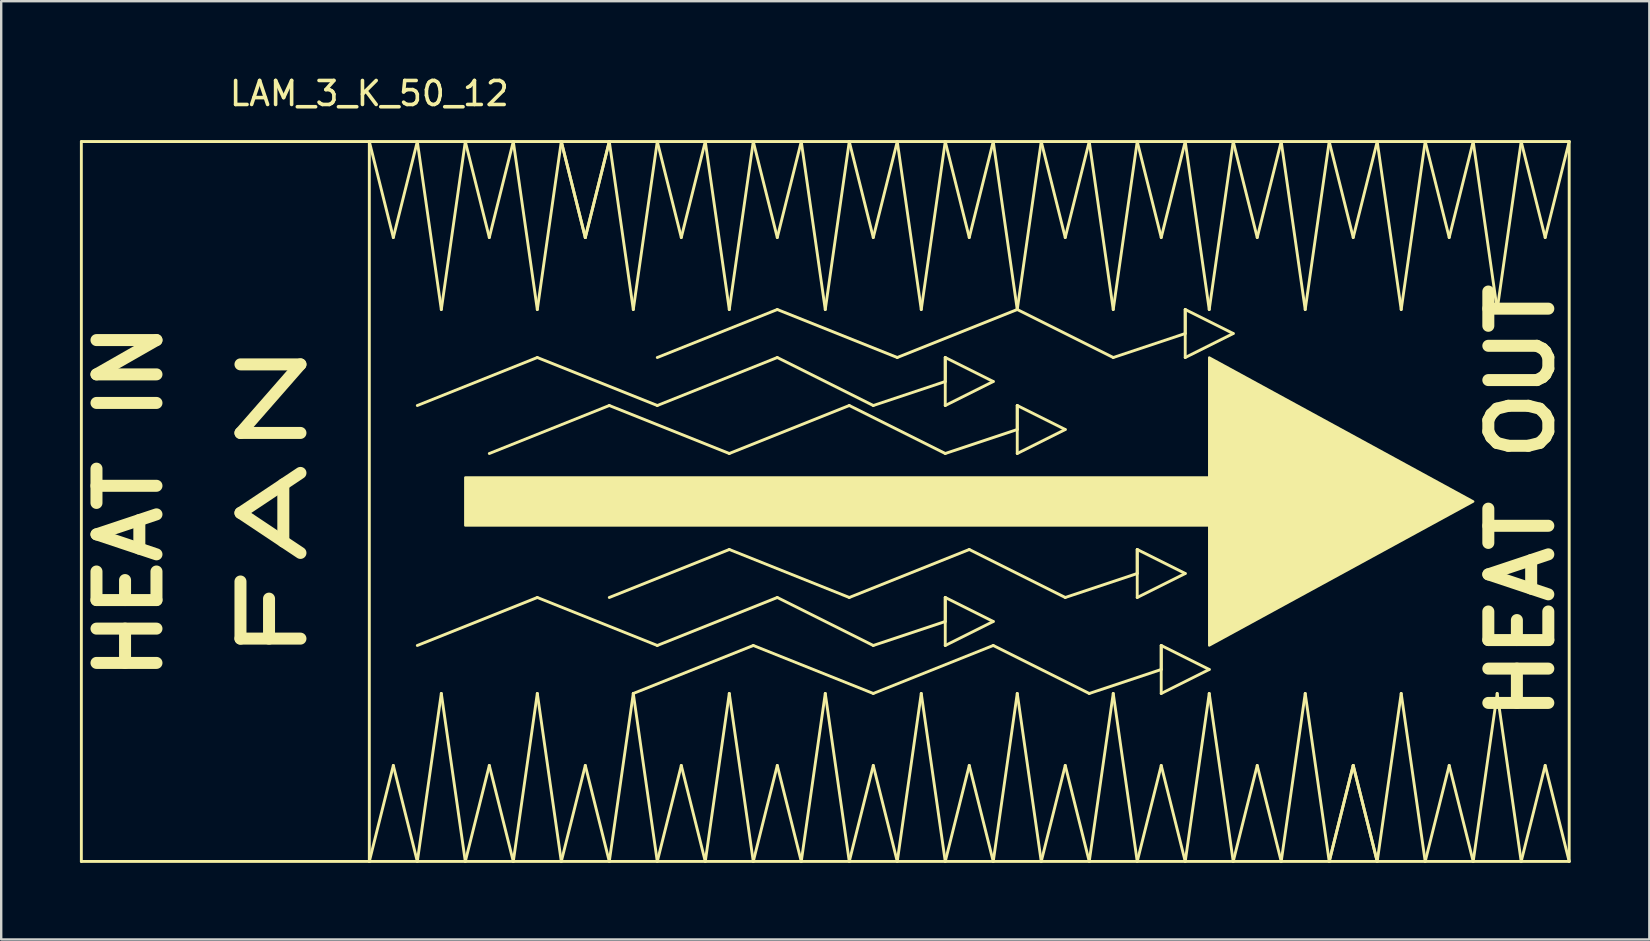
<source format=kicad_pcb>
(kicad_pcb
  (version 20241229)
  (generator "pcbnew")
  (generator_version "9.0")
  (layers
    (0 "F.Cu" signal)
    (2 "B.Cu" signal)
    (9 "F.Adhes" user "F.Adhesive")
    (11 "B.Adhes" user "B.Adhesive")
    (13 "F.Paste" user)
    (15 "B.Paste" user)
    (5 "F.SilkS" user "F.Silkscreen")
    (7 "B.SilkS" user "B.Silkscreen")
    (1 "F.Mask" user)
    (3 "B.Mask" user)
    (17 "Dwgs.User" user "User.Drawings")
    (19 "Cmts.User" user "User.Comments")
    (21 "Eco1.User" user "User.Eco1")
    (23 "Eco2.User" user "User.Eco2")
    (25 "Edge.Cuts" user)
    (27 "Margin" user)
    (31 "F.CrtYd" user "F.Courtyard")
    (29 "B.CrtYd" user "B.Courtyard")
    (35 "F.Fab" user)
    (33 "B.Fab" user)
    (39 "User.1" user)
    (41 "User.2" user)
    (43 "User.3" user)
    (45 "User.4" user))
  (footprint "LAM_3_K_50_12"
    (layer "F.Cu")
    (at 12.34 32.848)
    (property "Reference" "LAM_3_K_50_12" (at 0 -32 0) (layer "F.SilkS") (effects (font (size 1 1) (thickness 0.15))))
    (attr through_hole)
    (fp_line (start -12 -30) (end 0 -30) (stroke (width 0.12) (type solid)) (layer "F.SilkS"))
    (fp_line (start -12 0) (end -12 -30) (stroke (width 0.12) (type solid)) (layer "F.SilkS"))
    (fp_line (start 0 -30) (end 0 0) (stroke (width 0.12) (type solid)) (layer "F.SilkS"))
    (fp_line (start 0 -30) (end 1 -26) (stroke (width 0.12) (type solid)) (layer "F.SilkS"))
    (fp_line (start 0 0) (end -12 0) (stroke (width 0.12) (type solid)) (layer "F.SilkS"))
    (fp_line (start 0 0) (end 50 0) (stroke (width 0.12) (type solid)) (layer "F.SilkS"))
    (fp_line (start 1 -26) (end 2 -30) (stroke (width 0.12) (type solid)) (layer "F.SilkS"))
    (fp_line (start 1 -4) (end 0 0) (stroke (width 0.12) (type solid)) (layer "F.SilkS"))
    (fp_line (start 2 -30) (end 3 -23) (stroke (width 0.12) (type solid)) (layer "F.SilkS"))
    (fp_line (start 2 -19) (end 7 -21) (stroke (width 0.12) (type solid)) (layer "F.SilkS"))
    (fp_line (start 2 -9) (end 7 -11) (stroke (width 0.12) (type solid)) (layer "F.SilkS"))
    (fp_line (start 2 0) (end 1 -4) (stroke (width 0.12) (type solid)) (layer "F.SilkS"))
    (fp_line (start 3 -23) (end 4 -30) (stroke (width 0.12) (type solid)) (layer "F.SilkS"))
    (fp_line (start 3 -7) (end 2 0) (stroke (width 0.12) (type solid)) (layer "F.SilkS"))
    (fp_line (start 4 -30) (end 5 -26) (stroke (width 0.12) (type solid)) (layer "F.SilkS"))
    (fp_line (start 4 0) (end 3 -7) (stroke (width 0.12) (type solid)) (layer "F.SilkS"))
    (fp_line (start 5 -26) (end 6 -30) (stroke (width 0.12) (type solid)) (layer "F.SilkS"))
    (fp_line (start 5 -17) (end 10 -19) (stroke (width 0.12) (type solid)) (layer "F.SilkS"))
    (fp_line (start 5 -4) (end 4 0) (stroke (width 0.12) (type solid)) (layer "F.SilkS"))
    (fp_line (start 6 -30) (end 7 -23) (stroke (width 0.12) (type solid)) (layer "F.SilkS"))
    (fp_line (start 6 0) (end 5 -4) (stroke (width 0.12) (type solid)) (layer "F.SilkS"))
    (fp_line (start 7 -23) (end 8 -30) (stroke (width 0.12) (type solid)) (layer "F.SilkS"))
    (fp_line (start 7 -21) (end 12 -19) (stroke (width 0.12) (type solid)) (layer "F.SilkS"))
    (fp_line (start 7 -11) (end 12 -9) (stroke (width 0.12) (type solid)) (layer "F.SilkS"))
    (fp_line (start 7 -7) (end 6 0) (stroke (width 0.12) (type solid)) (layer "F.SilkS"))
    (fp_line (start 8 -30) (end 9 -26) (stroke (width 0.12) (type solid)) (layer "F.SilkS"))
    (fp_line (start 8 -30) (end 9 -26) (stroke (width 0.12) (type solid)) (layer "F.SilkS"))
    (fp_line (start 8 0) (end 7 -7) (stroke (width 0.12) (type solid)) (layer "F.SilkS"))
    (fp_line (start 9 -26) (end 10 -30) (stroke (width 0.12) (type solid)) (layer "F.SilkS"))
    (fp_line (start 9 -26) (end 10 -30) (stroke (width 0.12) (type solid)) (layer "F.SilkS"))
    (fp_line (start 9 -4) (end 8 0) (stroke (width 0.12) (type solid)) (layer "F.SilkS"))
    (fp_line (start 10 -30) (end 11 -23) (stroke (width 0.12) (type solid)) (layer "F.SilkS"))
    (fp_line (start 10 -19) (end 15 -17) (stroke (width 0.12) (type solid)) (layer "F.SilkS"))
    (fp_line (start 10 -11) (end 15 -13) (stroke (width 0.12) (type solid)) (layer "F.SilkS"))
    (fp_line (start 10 0) (end 9 -4) (stroke (width 0.12) (type solid)) (layer "F.SilkS"))
    (fp_line (start 11 -23) (end 12 -30) (stroke (width 0.12) (type solid)) (layer "F.SilkS"))
    (fp_line (start 11 -7) (end 10 0) (stroke (width 0.12) (type solid)) (layer "F.SilkS"))
    (fp_line (start 11 -7) (end 16 -9) (stroke (width 0.12) (type solid)) (layer "F.SilkS"))
    (fp_line (start 12 -30) (end 13 -26) (stroke (width 0.12) (type solid)) (layer "F.SilkS"))
    (fp_line (start 12 -21) (end 17 -23) (stroke (width 0.12) (type solid)) (layer "F.SilkS"))
    (fp_line (start 12 -19) (end 17 -21) (stroke (width 0.12) (type solid)) (layer "F.SilkS"))
    (fp_line (start 12 -9) (end 17 -11) (stroke (width 0.12) (type solid)) (layer "F.SilkS"))
    (fp_line (start 12 0) (end 11 -7) (stroke (width 0.12) (type solid)) (layer "F.SilkS"))
    (fp_line (start 13 -26) (end 14 -30) (stroke (width 0.12) (type solid)) (layer "F.SilkS"))
    (fp_line (start 13 -4) (end 12 0) (stroke (width 0.12) (type solid)) (layer "F.SilkS"))
    (fp_line (start 14 -30) (end 15 -23) (stroke (width 0.12) (type solid)) (layer "F.SilkS"))
    (fp_line (start 14 0) (end 13 -4) (stroke (width 0.12) (type solid)) (layer "F.SilkS"))
    (fp_line (start 15 -23) (end 16 -30) (stroke (width 0.12) (type solid)) (layer "F.SilkS"))
    (fp_line (start 15 -17) (end 20 -19) (stroke (width 0.12) (type solid)) (layer "F.SilkS"))
    (fp_line (start 15 -13) (end 20 -11) (stroke (width 0.12) (type solid)) (layer "F.SilkS"))
    (fp_line (start 15 -7) (end 14 0) (stroke (width 0.12) (type solid)) (layer "F.SilkS"))
    (fp_line (start 16 -30) (end 17 -26) (stroke (width 0.12) (type solid)) (layer "F.SilkS"))
    (fp_line (start 16 -9) (end 21 -7) (stroke (width 0.12) (type solid)) (layer "F.SilkS"))
    (fp_line (start 16 0) (end 15 -7) (stroke (width 0.12) (type solid)) (layer "F.SilkS"))
    (fp_line (start 17 -26) (end 18 -30) (stroke (width 0.12) (type solid)) (layer "F.SilkS"))
    (fp_line (start 17 -23) (end 22 -21) (stroke (width 0.12) (type solid)) (layer "F.SilkS"))
    (fp_line (start 17 -21) (end 21 -19) (stroke (width 0.12) (type solid)) (layer "F.SilkS"))
    (fp_line (start 17 -11) (end 21 -9) (stroke (width 0.12) (type solid)) (layer "F.SilkS"))
    (fp_line (start 17 -4) (end 16 0) (stroke (width 0.12) (type solid)) (layer "F.SilkS"))
    (fp_line (start 18 -30) (end 19 -23) (stroke (width 0.12) (type solid)) (layer "F.SilkS"))
    (fp_line (start 18 0) (end 17 -4) (stroke (width 0.12) (type solid)) (layer "F.SilkS"))
    (fp_line (start 19 -23) (end 20 -30) (stroke (width 0.12) (type solid)) (layer "F.SilkS"))
    (fp_line (start 19 -7) (end 18 0) (stroke (width 0.12) (type solid)) (layer "F.SilkS"))
    (fp_line (start 20 -30) (end 21 -26) (stroke (width 0.12) (type solid)) (layer "F.SilkS"))
    (fp_line (start 20 -19) (end 24 -17) (stroke (width 0.12) (type solid)) (layer "F.SilkS"))
    (fp_line (start 20 -11) (end 25 -13) (stroke (width 0.12) (type solid)) (layer "F.SilkS"))
    (fp_line (start 20 0) (end 19 -7) (stroke (width 0.12) (type solid)) (layer "F.SilkS"))
    (fp_line (start 21 -26) (end 22 -30) (stroke (width 0.12) (type solid)) (layer "F.SilkS"))
    (fp_line (start 21 -19) (end 24 -20) (stroke (width 0.12) (type solid)) (layer "F.SilkS"))
    (fp_line (start 21 -9) (end 24 -10) (stroke (width 0.12) (type solid)) (layer "F.SilkS"))
    (fp_line (start 21 -7) (end 26 -9) (stroke (width 0.12) (type solid)) (layer "F.SilkS"))
    (fp_line (start 21 -4) (end 20 0) (stroke (width 0.12) (type solid)) (layer "F.SilkS"))
    (fp_line (start 22 -30) (end 23 -23) (stroke (width 0.12) (type solid)) (layer "F.SilkS"))
    (fp_line (start 22 -21) (end 27 -23) (stroke (width 0.12) (type solid)) (layer "F.SilkS"))
    (fp_line (start 22 0) (end 21 -4) (stroke (width 0.12) (type solid)) (layer "F.SilkS"))
    (fp_line (start 23 -23) (end 24 -30) (stroke (width 0.12) (type solid)) (layer "F.SilkS"))
    (fp_line (start 23 -7) (end 22 0) (stroke (width 0.12) (type solid)) (layer "F.SilkS"))
    (fp_line (start 24 -30) (end 25 -26) (stroke (width 0.12) (type solid)) (layer "F.SilkS"))
    (fp_line (start 24 -21) (end 24 -19) (stroke (width 0.12) (type solid)) (layer "F.SilkS"))
    (fp_line (start 24 -20) (end 24 -21) (stroke (width 0.12) (type solid)) (layer "F.SilkS"))
    (fp_line (start 24 -19) (end 26 -20) (stroke (width 0.12) (type solid)) (layer "F.SilkS"))
    (fp_line (start 24 -17) (end 27 -18) (stroke (width 0.12) (type solid)) (layer "F.SilkS"))
    (fp_line (start 24 -11) (end 24 -9) (stroke (width 0.12) (type solid)) (layer "F.SilkS"))
    (fp_line (start 24 -10) (end 24 -11) (stroke (width 0.12) (type solid)) (layer "F.SilkS"))
    (fp_line (start 24 -9) (end 26 -10) (stroke (width 0.12) (type solid)) (layer "F.SilkS"))
    (fp_line (start 24 0) (end 23 -7) (stroke (width 0.12) (type solid)) (layer "F.SilkS"))
    (fp_line (start 25 -26) (end 26 -30) (stroke (width 0.12) (type solid)) (layer "F.SilkS"))
    (fp_line (start 25 -13) (end 29 -11) (stroke (width 0.12) (type solid)) (layer "F.SilkS"))
    (fp_line (start 25 -4) (end 24 0) (stroke (width 0.12) (type solid)) (layer "F.SilkS"))
    (fp_line (start 26 -30) (end 27 -23) (stroke (width 0.12) (type solid)) (layer "F.SilkS"))
    (fp_line (start 26 -20) (end 24 -21) (stroke (width 0.12) (type solid)) (layer "F.SilkS"))
    (fp_line (start 26 -10) (end 24 -11) (stroke (width 0.12) (type solid)) (layer "F.SilkS"))
    (fp_line (start 26 -9) (end 30 -7) (stroke (width 0.12) (type solid)) (layer "F.SilkS"))
    (fp_line (start 26 0) (end 25 -4) (stroke (width 0.12) (type solid)) (layer "F.SilkS"))
    (fp_line (start 27 -23) (end 28 -30) (stroke (width 0.12) (type solid)) (layer "F.SilkS"))
    (fp_line (start 27 -23) (end 31 -21) (stroke (width 0.12) (type solid)) (layer "F.SilkS"))
    (fp_line (start 27 -19) (end 27 -17) (stroke (width 0.12) (type solid)) (layer "F.SilkS"))
    (fp_line (start 27 -18) (end 27 -19) (stroke (width 0.12) (type solid)) (layer "F.SilkS"))
    (fp_line (start 27 -17) (end 29 -18) (stroke (width 0.12) (type solid)) (layer "F.SilkS"))
    (fp_line (start 27 -7) (end 26 0) (stroke (width 0.12) (type solid)) (layer "F.SilkS"))
    (fp_line (start 28 -30) (end 29 -26) (stroke (width 0.12) (type solid)) (layer "F.SilkS"))
    (fp_line (start 28 0) (end 27 -7) (stroke (width 0.12) (type solid)) (layer "F.SilkS"))
    (fp_line (start 29 -26) (end 30 -30) (stroke (width 0.12) (type solid)) (layer "F.SilkS"))
    (fp_line (start 29 -18) (end 27 -19) (stroke (width 0.12) (type solid)) (layer "F.SilkS"))
    (fp_line (start 29 -11) (end 32 -12) (stroke (width 0.12) (type solid)) (layer "F.SilkS"))
    (fp_line (start 29 -4) (end 28 0) (stroke (width 0.12) (type solid)) (layer "F.SilkS"))
    (fp_line (start 30 -30) (end 31 -23) (stroke (width 0.12) (type solid)) (layer "F.SilkS"))
    (fp_line (start 30 -7) (end 33 -8) (stroke (width 0.12) (type solid)) (layer "F.SilkS"))
    (fp_line (start 30 0) (end 29 -4) (stroke (width 0.12) (type solid)) (layer "F.SilkS"))
    (fp_line (start 31 -23) (end 32 -30) (stroke (width 0.12) (type solid)) (layer "F.SilkS"))
    (fp_line (start 31 -21) (end 34 -22) (stroke (width 0.12) (type solid)) (layer "F.SilkS"))
    (fp_line (start 31 -7) (end 30 0) (stroke (width 0.12) (type solid)) (layer "F.SilkS"))
    (fp_line (start 32 -30) (end 33 -26) (stroke (width 0.12) (type solid)) (layer "F.SilkS"))
    (fp_line (start 32 -13) (end 32 -11) (stroke (width 0.12) (type solid)) (layer "F.SilkS"))
    (fp_line (start 32 -12) (end 32 -13) (stroke (width 0.12) (type solid)) (layer "F.SilkS"))
    (fp_line (start 32 -11) (end 34 -12) (stroke (width 0.12) (type solid)) (layer "F.SilkS"))
    (fp_line (start 32 0) (end 31 -7) (stroke (width 0.12) (type solid)) (layer "F.SilkS"))
    (fp_line (start 33 -26) (end 34 -30) (stroke (width 0.12) (type solid)) (layer "F.SilkS"))
    (fp_line (start 33 -9) (end 33 -7) (stroke (width 0.12) (type solid)) (layer "F.SilkS"))
    (fp_line (start 33 -8) (end 33 -9) (stroke (width 0.12) (type solid)) (layer "F.SilkS"))
    (fp_line (start 33 -7) (end 35 -8) (stroke (width 0.12) (type solid)) (layer "F.SilkS"))
    (fp_line (start 33 -4) (end 32 0) (stroke (width 0.12) (type solid)) (layer "F.SilkS"))
    (fp_line (start 34 -30) (end 35 -23) (stroke (width 0.12) (type solid)) (layer "F.SilkS"))
    (fp_line (start 34 -23) (end 34 -21) (stroke (width 0.12) (type solid)) (layer "F.SilkS"))
    (fp_line (start 34 -22) (end 34 -23) (stroke (width 0.12) (type solid)) (layer "F.SilkS"))
    (fp_line (start 34 -21) (end 36 -22) (stroke (width 0.12) (type solid)) (layer "F.SilkS"))
    (fp_line (start 34 -12) (end 32 -13) (stroke (width 0.12) (type solid)) (layer "F.SilkS"))
    (fp_line (start 34 0) (end 33 -4) (stroke (width 0.12) (type solid)) (layer "F.SilkS"))
    (fp_line (start 35 -23) (end 36 -30) (stroke (width 0.12) (type solid)) (layer "F.SilkS"))
    (fp_line (start 35 -8) (end 33 -9) (stroke (width 0.12) (type solid)) (layer "F.SilkS"))
    (fp_line (start 35 -7) (end 34 0) (stroke (width 0.12) (type solid)) (layer "F.SilkS"))
    (fp_line (start 36 -30) (end 37 -26) (stroke (width 0.12) (type solid)) (layer "F.SilkS"))
    (fp_line (start 36 -22) (end 34 -23) (stroke (width 0.12) (type solid)) (layer "F.SilkS"))
    (fp_line (start 36 0) (end 35 -7) (stroke (width 0.12) (type solid)) (layer "F.SilkS"))
    (fp_line (start 37 -26) (end 38 -30) (stroke (width 0.12) (type solid)) (layer "F.SilkS"))
    (fp_line (start 37 -4) (end 36 0) (stroke (width 0.12) (type solid)) (layer "F.SilkS"))
    (fp_line (start 38 -30) (end 39 -23) (stroke (width 0.12) (type solid)) (layer "F.SilkS"))
    (fp_line (start 38 0) (end 37 -4) (stroke (width 0.12) (type solid)) (layer "F.SilkS"))
    (fp_line (start 39 -23) (end 40 -30) (stroke (width 0.12) (type solid)) (layer "F.SilkS"))
    (fp_line (start 39 -7) (end 38 0) (stroke (width 0.12) (type solid)) (layer "F.SilkS"))
    (fp_line (start 40 -30) (end 41 -26) (stroke (width 0.12) (type solid)) (layer "F.SilkS"))
    (fp_line (start 40 0) (end 39 -7) (stroke (width 0.12) (type solid)) (layer "F.SilkS"))
    (fp_line (start 41 -26) (end 42 -30) (stroke (width 0.12) (type solid)) (layer "F.SilkS"))
    (fp_line (start 41 -4) (end 40 0) (stroke (width 0.12) (type solid)) (layer "F.SilkS"))
    (fp_line (start 41 -4) (end 40 0) (stroke (width 0.12) (type solid)) (layer "F.SilkS"))
    (fp_line (start 42 -30) (end 43 -23) (stroke (width 0.12) (type solid)) (layer "F.SilkS"))
    (fp_line (start 42 0) (end 41 -4) (stroke (width 0.12) (type solid)) (layer "F.SilkS"))
    (fp_line (start 42 0) (end 41 -4) (stroke (width 0.12) (type solid)) (layer "F.SilkS"))
    (fp_line (start 43 -23) (end 44 -30) (stroke (width 0.12) (type solid)) (layer "F.SilkS"))
    (fp_line (start 43 -7) (end 42 0) (stroke (width 0.12) (type solid)) (layer "F.SilkS"))
    (fp_line (start 44 -30) (end 45 -26) (stroke (width 0.12) (type solid)) (layer "F.SilkS"))
    (fp_line (start 44 0) (end 43 -7) (stroke (width 0.12) (type solid)) (layer "F.SilkS"))
    (fp_line (start 45 -26) (end 46 -30) (stroke (width 0.12) (type solid)) (layer "F.SilkS"))
    (fp_line (start 45 -4) (end 44 0) (stroke (width 0.12) (type solid)) (layer "F.SilkS"))
    (fp_line (start 46 -30) (end 47 -23) (stroke (width 0.12) (type solid)) (layer "F.SilkS"))
    (fp_line (start 46 0) (end 45 -4) (stroke (width 0.12) (type solid)) (layer "F.SilkS"))
    (fp_line (start 47 -23) (end 48 -30) (stroke (width 0.12) (type solid)) (layer "F.SilkS"))
    (fp_line (start 47 -7) (end 46 0) (stroke (width 0.12) (type solid)) (layer "F.SilkS"))
    (fp_line (start 48 -30) (end 49 -26) (stroke (width 0.12) (type solid)) (layer "F.SilkS"))
    (fp_line (start 48 0) (end 47 -7) (stroke (width 0.12) (type solid)) (layer "F.SilkS"))
    (fp_line (start 49 -26) (end 50 -30) (stroke (width 0.12) (type solid)) (layer "F.SilkS"))
    (fp_line (start 49 -4) (end 48 0) (stroke (width 0.12) (type solid)) (layer "F.SilkS"))
    (fp_line (start 50 -30) (end 0 -30) (stroke (width 0.12) (type solid)) (layer "F.SilkS"))
    (fp_line (start 50 0) (end 49 -4) (stroke (width 0.12) (type solid)) (layer "F.SilkS"))
    (fp_line (start 50 0) (end 50 -30) (stroke (width 0.12) (type solid)) (layer "F.SilkS"))
    (fp_poly (pts (xy 35 -21) (xy 35 -9) (xy 46 -15)) (stroke (width 0.1) (type solid)) (fill yes) (layer "F.SilkS"))
    (fp_poly (pts (xy 35 -16) (xy 4 -16) (xy 4 -14) (xy 35 -14)) (stroke (width 0.1) (type solid)) (fill yes) (layer "F.SilkS"))
    (fp_text user "HEAT IN" (at -10 -15 90) (layer "F.SilkS") (effects (font (size 2.5 2.5) (thickness 0.5))))
    (fp_text user "HEAT OUT" (at 48 -15 90) (layer "F.SilkS") (effects (font (size 2.5 2.5) (thickness 0.5))))
    (fp_text user "FAN" (at -4 -15 90) (layer "F.SilkS") (effects (font (size 2.5 5) (thickness 0.5)))))
  (gr_rect
    (start -3 -3)
    (end 65.68 36.098)
    (stroke (width 0.1) (type default))
    (fill no)
    (layer "Edge.Cuts")))
</source>
